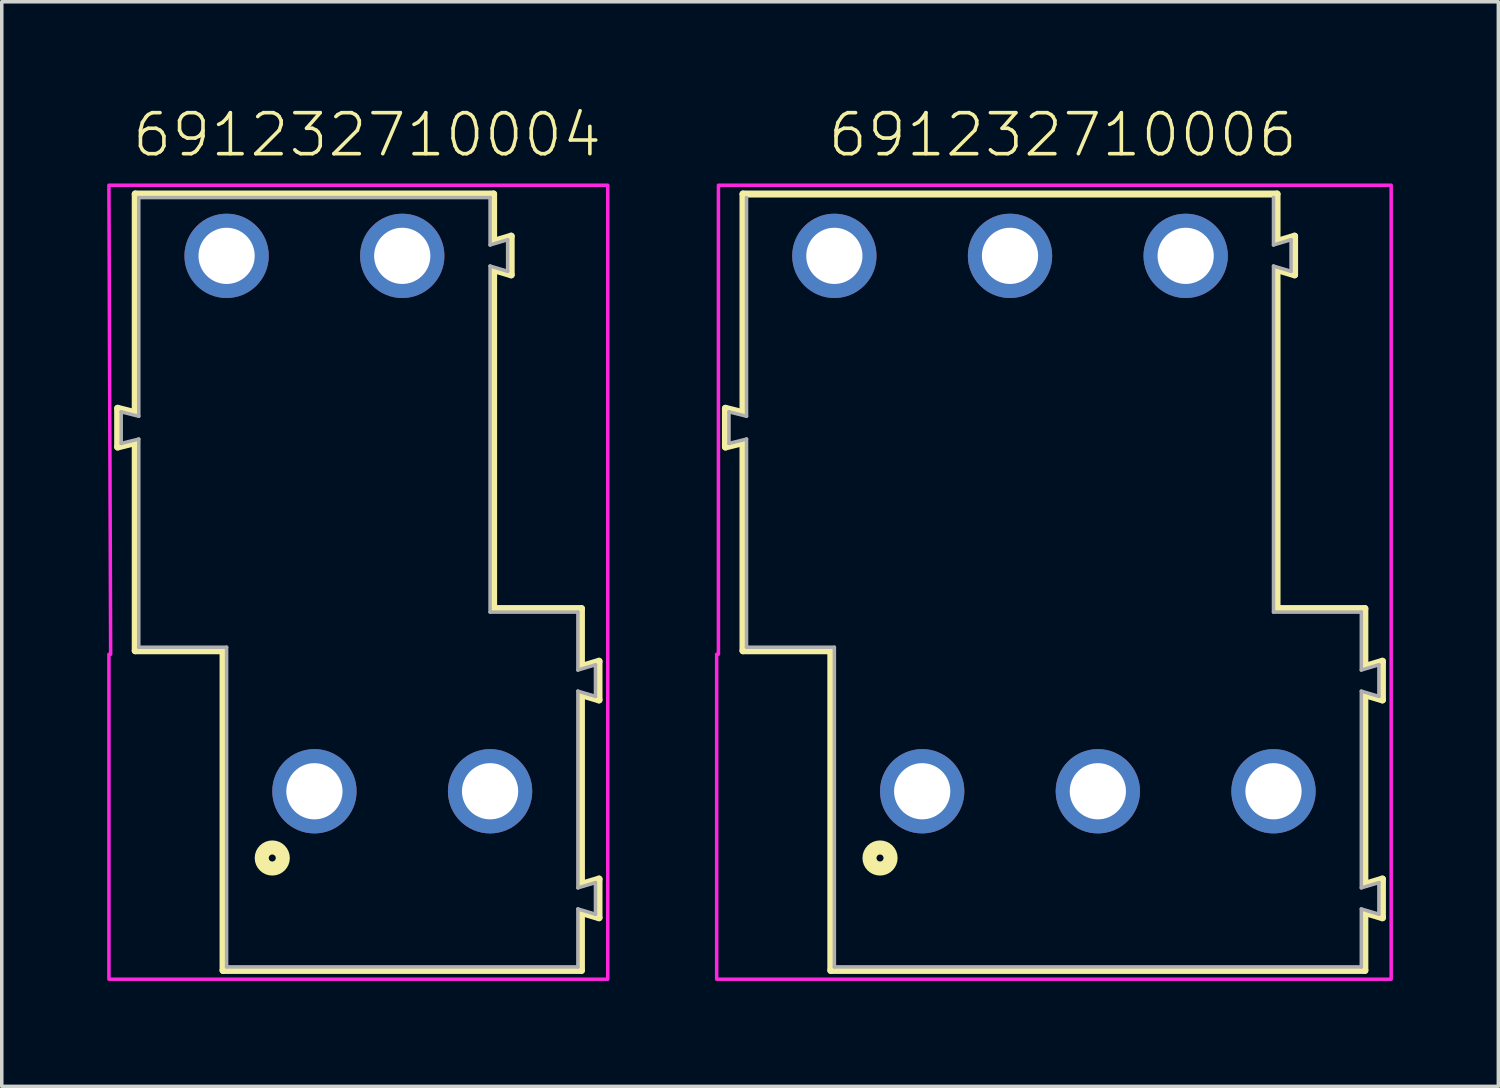
<source format=kicad_pcb>
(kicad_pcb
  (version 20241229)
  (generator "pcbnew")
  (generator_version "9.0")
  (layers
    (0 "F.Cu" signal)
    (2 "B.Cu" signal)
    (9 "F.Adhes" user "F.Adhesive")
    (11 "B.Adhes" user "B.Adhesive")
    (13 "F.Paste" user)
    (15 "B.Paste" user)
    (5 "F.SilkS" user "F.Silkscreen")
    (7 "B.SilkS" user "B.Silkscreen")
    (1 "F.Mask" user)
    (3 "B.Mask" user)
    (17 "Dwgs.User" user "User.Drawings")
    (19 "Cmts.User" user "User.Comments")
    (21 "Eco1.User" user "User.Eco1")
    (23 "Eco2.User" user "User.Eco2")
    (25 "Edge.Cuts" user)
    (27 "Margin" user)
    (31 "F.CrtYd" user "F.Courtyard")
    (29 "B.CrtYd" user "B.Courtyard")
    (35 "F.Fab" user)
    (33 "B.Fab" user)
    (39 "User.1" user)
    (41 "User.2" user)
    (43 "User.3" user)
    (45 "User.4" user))
  (footprint "691232710006"
    (layer "F.Cu")
    (at 28.2 19.473)
    (property "Reference" "691232710006" (at -1 -18 0) (unlocked yes) (layer "F.SilkS") (effects (font (size 1.168 1.168) (thickness 0.102)) (justify bottom)))
    (fp_line (start -10.6 -10.9) (end -10.1 -10.775) (stroke (width 0.2) (type solid)) (layer "F.SilkS"))
    (fp_line (start -10.6 -9.8) (end -10.6 -10.9) (stroke (width 0.2) (type solid)) (layer "F.SilkS"))
    (fp_line (start -10.1 -17) (end 5.1 -17) (stroke (width 0.2) (type solid)) (layer "F.SilkS"))
    (fp_line (start -10.1 -10.775) (end -10.1 -17) (stroke (width 0.2) (type solid)) (layer "F.SilkS"))
    (fp_line (start -10.1 -9.925) (end -10.6 -9.8) (stroke (width 0.2) (type solid)) (layer "F.SilkS"))
    (fp_line (start -10.1 -4) (end -10.1 -9.925) (stroke (width 0.2) (type solid)) (layer "F.SilkS"))
    (fp_line (start -7.6 -4) (end -10.1 -4) (stroke (width 0.2) (type solid)) (layer "F.SilkS"))
    (fp_line (start -7.6 5.1) (end -7.6 -4) (stroke (width 0.2) (type solid)) (layer "F.SilkS"))
    (fp_line (start 5.1 -17) (end 5.1 -15.65) (stroke (width 0.2) (type solid)) (layer "F.SilkS"))
    (fp_line (start 5.1 -15.65) (end 5.6 -15.8) (stroke (width 0.2) (type solid)) (layer "F.SilkS"))
    (fp_line (start 5.1 -14.85) (end 5.1 -5.2) (stroke (width 0.2) (type solid)) (layer "F.SilkS"))
    (fp_line (start 5.1 -5.2) (end 7.6 -5.2) (stroke (width 0.2) (type solid)) (layer "F.SilkS"))
    (fp_line (start 5.6 -15.8) (end 5.6 -14.7) (stroke (width 0.2) (type solid)) (layer "F.SilkS"))
    (fp_line (start 5.6 -14.7) (end 5.1 -14.85) (stroke (width 0.2) (type solid)) (layer "F.SilkS"))
    (fp_line (start 7.6 -5.2) (end 7.6 -3.55) (stroke (width 0.2) (type solid)) (layer "F.SilkS"))
    (fp_line (start 7.6 -3.55) (end 8.1 -3.7) (stroke (width 0.2) (type solid)) (layer "F.SilkS"))
    (fp_line (start 7.6 -2.75) (end 7.6 2.65) (stroke (width 0.2) (type solid)) (layer "F.SilkS"))
    (fp_line (start 7.6 2.65) (end 8.1 2.5) (stroke (width 0.2) (type solid)) (layer "F.SilkS"))
    (fp_line (start 7.6 3.45) (end 7.6 5.1) (stroke (width 0.2) (type solid)) (layer "F.SilkS"))
    (fp_line (start 7.6 5.1) (end -7.6 5.1) (stroke (width 0.2) (type solid)) (layer "F.SilkS"))
    (fp_line (start 8.1 -3.7) (end 8.1 -2.6) (stroke (width 0.2) (type solid)) (layer "F.SilkS"))
    (fp_line (start 8.1 -2.6) (end 7.6 -2.75) (stroke (width 0.2) (type solid)) (layer "F.SilkS"))
    (fp_line (start 8.1 2.5) (end 8.1 3.6) (stroke (width 0.2) (type solid)) (layer "F.SilkS"))
    (fp_line (start 8.1 3.6) (end 7.6 3.45) (stroke (width 0.2) (type solid)) (layer "F.SilkS"))
    (fp_circle (center -6.2 1.9) (end -6.1 1.9) (stroke (width 0.4) (type solid)) (fill no) (layer "F.SilkS"))
    (fp_poly (pts (xy 8.35 5.35) (xy -10.85 5.35) (xy -10.85 -3.9) (xy -10.8 -3.9) (xy -10.8 -17.25) (xy 8.35 -17.25)) (stroke (width 0.1) (type default)) (fill no) (layer "F.CrtYd"))
    (fp_line (start -10.5 -10.8) (end -10.5 -9.9) (stroke (width 0.1) (type solid)) (layer "F.Fab"))
    (fp_line (start -10.5 -10.8) (end -10 -10.675) (stroke (width 0.1) (type solid)) (layer "F.Fab"))
    (fp_line (start -10 -16.9) (end -10 -10.675) (stroke (width 0.1) (type solid)) (layer "F.Fab"))
    (fp_line (start -10 -10.025) (end -10.5 -9.9) (stroke (width 0.1) (type solid)) (layer "F.Fab"))
    (fp_line (start -10 -10.025) (end -10 -4.1) (stroke (width 0.1) (type solid)) (layer "F.Fab"))
    (fp_line (start -10 -4.1) (end -7.5 -4.1) (stroke (width 0.1) (type solid)) (layer "F.Fab"))
    (fp_line (start -7.5 -4.1) (end -7.5 5) (stroke (width 0.1) (type solid)) (layer "F.Fab"))
    (fp_line (start -7.5 5) (end 7.5 5) (stroke (width 0.1) (type solid)) (layer "F.Fab"))
    (fp_line (start 5 -16.9) (end 5 -15.55) (stroke (width 0.1) (type solid)) (layer "F.Fab"))
    (fp_line (start 5 -15.55) (end 5.5 -15.7) (stroke (width 0.1) (type solid)) (layer "F.Fab"))
    (fp_line (start 5 -14.95) (end 5 -5.1) (stroke (width 0.1) (type solid)) (layer "F.Fab"))
    (fp_line (start 5 -14.95) (end 5.5 -14.8) (stroke (width 0.1) (type solid)) (layer "F.Fab"))
    (fp_line (start 5.5 -14.8) (end 5.5 -15.7) (stroke (width 0.1) (type solid)) (layer "F.Fab"))
    (fp_line (start 7.5 -5.1) (end 5 -5.1) (stroke (width 0.1) (type solid)) (layer "F.Fab"))
    (fp_line (start 7.5 -5.1) (end 7.5 -3.45) (stroke (width 0.1) (type solid)) (layer "F.Fab"))
    (fp_line (start 7.5 -3.45) (end 8 -3.6) (stroke (width 0.1) (type solid)) (layer "F.Fab"))
    (fp_line (start 7.5 -2.85) (end 7.5 2.75) (stroke (width 0.1) (type solid)) (layer "F.Fab"))
    (fp_line (start 7.5 -2.85) (end 8 -2.7) (stroke (width 0.1) (type solid)) (layer "F.Fab"))
    (fp_line (start 7.5 2.75) (end 8 2.6) (stroke (width 0.1) (type solid)) (layer "F.Fab"))
    (fp_line (start 7.5 3.35) (end 7.5 5) (stroke (width 0.1) (type solid)) (layer "F.Fab"))
    (fp_line (start 7.5 3.35) (end 8 3.5) (stroke (width 0.1) (type solid)) (layer "F.Fab"))
    (fp_line (start 8 -2.7) (end 8 -3.6) (stroke (width 0.1) (type solid)) (layer "F.Fab"))
    (fp_line (start 8 3.5) (end 8 2.6) (stroke (width 0.1) (type solid)) (layer "F.Fab"))
    (pad "1" thru_hole circle (at -5 0) (size 2.4 2.4) (drill 1.6) (layers "*.Cu" "*.Mask"))
    (pad "2" thru_hole circle (at 0 0) (size 2.4 2.4) (drill 1.6) (layers "*.Cu" "*.Mask"))
    (pad "3" thru_hole circle (at 5 0) (size 2.4 2.4) (drill 1.6) (layers "*.Cu" "*.Mask"))
    (pad "4" thru_hole circle (at -7.5 -15.24) (size 2.4 2.4) (drill 1.6) (layers "*.Cu" "*.Mask"))
    (pad "5" thru_hole circle (at -2.5 -15.24) (size 2.4 2.4) (drill 1.6) (layers "*.Cu" "*.Mask"))
    (pad "6" thru_hole circle (at 2.5 -15.24) (size 2.4 2.4) (drill 1.6) (layers "*.Cu" "*.Mask")))
  (footprint "691232710004"
    (layer "F.Cu")
    (at 8.4 19.473)
    (property "Reference" "691232710004" (at -1 -18 0) (unlocked yes) (layer "F.SilkS") (effects (font (size 1.168 1.168) (thickness 0.102)) (justify bottom)))
    (fp_line (start -8.1 -10.9) (end -7.6 -10.775) (stroke (width 0.2) (type solid)) (layer "F.SilkS"))
    (fp_line (start -8.1 -9.8) (end -8.1 -10.9) (stroke (width 0.2) (type solid)) (layer "F.SilkS"))
    (fp_line (start -7.6 -17) (end 2.6 -17) (stroke (width 0.2) (type solid)) (layer "F.SilkS"))
    (fp_line (start -7.6 -10.775) (end -7.6 -17) (stroke (width 0.2) (type solid)) (layer "F.SilkS"))
    (fp_line (start -7.6 -9.925) (end -8.1 -9.8) (stroke (width 0.2) (type solid)) (layer "F.SilkS"))
    (fp_line (start -7.6 -4) (end -7.6 -9.925) (stroke (width 0.2) (type solid)) (layer "F.SilkS"))
    (fp_line (start -5.1 -4) (end -7.6 -4) (stroke (width 0.2) (type solid)) (layer "F.SilkS"))
    (fp_line (start -5.1 5.1) (end -5.1 -4) (stroke (width 0.2) (type solid)) (layer "F.SilkS"))
    (fp_line (start 2.6 -17) (end 2.6 -15.65) (stroke (width 0.2) (type solid)) (layer "F.SilkS"))
    (fp_line (start 2.6 -15.65) (end 3.1 -15.8) (stroke (width 0.2) (type solid)) (layer "F.SilkS"))
    (fp_line (start 2.6 -14.85) (end 2.6 -5.2) (stroke (width 0.2) (type solid)) (layer "F.SilkS"))
    (fp_line (start 2.6 -5.2) (end 5.1 -5.2) (stroke (width 0.2) (type solid)) (layer "F.SilkS"))
    (fp_line (start 3.1 -15.8) (end 3.1 -14.7) (stroke (width 0.2) (type solid)) (layer "F.SilkS"))
    (fp_line (start 3.1 -14.7) (end 2.6 -14.85) (stroke (width 0.2) (type solid)) (layer "F.SilkS"))
    (fp_line (start 5.1 -5.2) (end 5.1 -3.55) (stroke (width 0.2) (type solid)) (layer "F.SilkS"))
    (fp_line (start 5.1 -3.55) (end 5.6 -3.7) (stroke (width 0.2) (type solid)) (layer "F.SilkS"))
    (fp_line (start 5.1 -2.75) (end 5.1 2.65) (stroke (width 0.2) (type solid)) (layer "F.SilkS"))
    (fp_line (start 5.1 2.65) (end 5.6 2.5) (stroke (width 0.2) (type solid)) (layer "F.SilkS"))
    (fp_line (start 5.1 3.45) (end 5.1 5.1) (stroke (width 0.2) (type solid)) (layer "F.SilkS"))
    (fp_line (start 5.1 5.1) (end -5.1 5.1) (stroke (width 0.2) (type solid)) (layer "F.SilkS"))
    (fp_line (start 5.6 -3.7) (end 5.6 -2.6) (stroke (width 0.2) (type solid)) (layer "F.SilkS"))
    (fp_line (start 5.6 -2.6) (end 5.1 -2.75) (stroke (width 0.2) (type solid)) (layer "F.SilkS"))
    (fp_line (start 5.6 2.5) (end 5.6 3.6) (stroke (width 0.2) (type solid)) (layer "F.SilkS"))
    (fp_line (start 5.6 3.6) (end 5.1 3.45) (stroke (width 0.2) (type solid)) (layer "F.SilkS"))
    (fp_circle (center -3.7 1.9) (end -3.6 1.9) (stroke (width 0.4) (type solid)) (fill no) (layer "F.SilkS"))
    (fp_poly (pts (xy 5.85 5.35) (xy -8.35 5.35) (xy -8.35 -3.9) (xy -8.3 -3.9) (xy -8.35 -17.25) (xy 5.85 -17.25)) (stroke (width 0.1) (type default)) (fill no) (layer "F.CrtYd"))
    (fp_line (start -8 -10.8) (end -8 -9.9) (stroke (width 0.1) (type solid)) (layer "F.Fab"))
    (fp_line (start -8 -10.8) (end -7.5 -10.675) (stroke (width 0.1) (type solid)) (layer "F.Fab"))
    (fp_line (start -7.5 -16.9) (end -7.5 -10.675) (stroke (width 0.1) (type solid)) (layer "F.Fab"))
    (fp_line (start -7.5 -10.025) (end -8 -9.9) (stroke (width 0.1) (type solid)) (layer "F.Fab"))
    (fp_line (start -7.5 -10.025) (end -7.5 -4.1) (stroke (width 0.1) (type solid)) (layer "F.Fab"))
    (fp_line (start -7.5 -4.1) (end -5 -4.1) (stroke (width 0.1) (type solid)) (layer "F.Fab"))
    (fp_line (start -5 -4.1) (end -5 5) (stroke (width 0.1) (type solid)) (layer "F.Fab"))
    (fp_line (start -5 5) (end 5 5) (stroke (width 0.1) (type solid)) (layer "F.Fab"))
    (fp_line (start 2.5 -16.9) (end -7.5 -16.9) (stroke (width 0.1) (type solid)) (layer "F.Fab"))
    (fp_line (start 2.5 -16.9) (end 2.5 -15.55) (stroke (width 0.1) (type solid)) (layer "F.Fab"))
    (fp_line (start 2.5 -15.55) (end 3 -15.7) (stroke (width 0.1) (type solid)) (layer "F.Fab"))
    (fp_line (start 2.5 -14.95) (end 2.5 -5.1) (stroke (width 0.1) (type solid)) (layer "F.Fab"))
    (fp_line (start 2.5 -14.95) (end 3 -14.8) (stroke (width 0.1) (type solid)) (layer "F.Fab"))
    (fp_line (start 3 -14.8) (end 3 -15.7) (stroke (width 0.1) (type solid)) (layer "F.Fab"))
    (fp_line (start 5 -5.1) (end 2.5 -5.1) (stroke (width 0.1) (type solid)) (layer "F.Fab"))
    (fp_line (start 5 -5.1) (end 5 -3.45) (stroke (width 0.1) (type solid)) (layer "F.Fab"))
    (fp_line (start 5 -3.45) (end 5.5 -3.6) (stroke (width 0.1) (type solid)) (layer "F.Fab"))
    (fp_line (start 5 -2.85) (end 5 2.75) (stroke (width 0.1) (type solid)) (layer "F.Fab"))
    (fp_line (start 5 -2.85) (end 5.5 -2.7) (stroke (width 0.1) (type solid)) (layer "F.Fab"))
    (fp_line (start 5 2.75) (end 5.5 2.6) (stroke (width 0.1) (type solid)) (layer "F.Fab"))
    (fp_line (start 5 3.35) (end 5 5) (stroke (width 0.1) (type solid)) (layer "F.Fab"))
    (fp_line (start 5 3.35) (end 5.5 3.5) (stroke (width 0.1) (type solid)) (layer "F.Fab"))
    (fp_line (start 5.5 -2.7) (end 5.5 -3.6) (stroke (width 0.1) (type solid)) (layer "F.Fab"))
    (fp_line (start 5.5 3.5) (end 5.5 2.6) (stroke (width 0.1) (type solid)) (layer "F.Fab"))
    (pad "1" thru_hole circle (at -2.5 0) (size 2.4 2.4) (drill 1.6) (layers "*.Cu" "*.Mask"))
    (pad "2" thru_hole circle (at 2.5 0) (size 2.4 2.4) (drill 1.6) (layers "*.Cu" "*.Mask"))
    (pad "3" thru_hole circle (at -5 -15.24) (size 2.4 2.4) (drill 1.6) (layers "*.Cu" "*.Mask"))
    (pad "4" thru_hole circle (at 0 -15.24) (size 2.4 2.4) (drill 1.6) (layers "*.Cu" "*.Mask")))
  (gr_rect
    (start -3 -3)
    (end 39.6 27.873)
    (stroke (width 0.1) (type default))
    (fill no)
    (layer "Edge.Cuts")))
</source>
